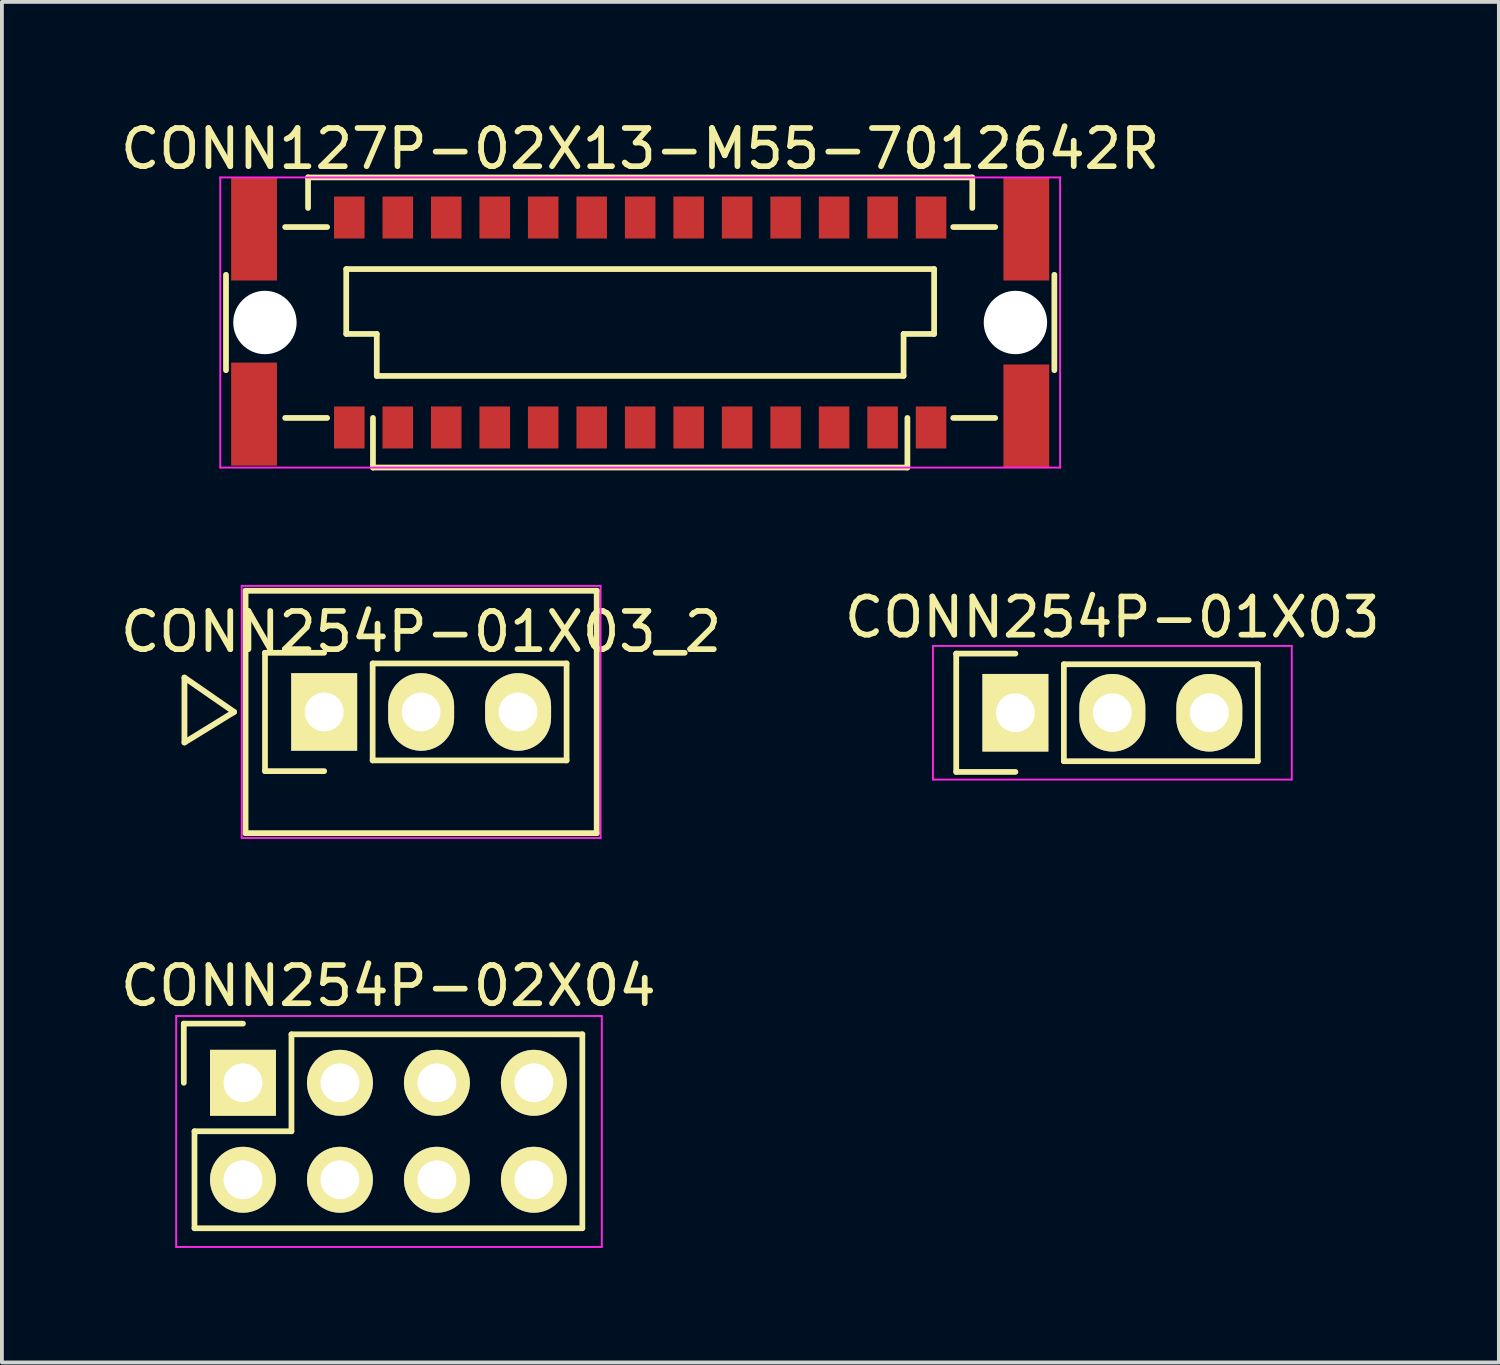
<source format=kicad_pcb>
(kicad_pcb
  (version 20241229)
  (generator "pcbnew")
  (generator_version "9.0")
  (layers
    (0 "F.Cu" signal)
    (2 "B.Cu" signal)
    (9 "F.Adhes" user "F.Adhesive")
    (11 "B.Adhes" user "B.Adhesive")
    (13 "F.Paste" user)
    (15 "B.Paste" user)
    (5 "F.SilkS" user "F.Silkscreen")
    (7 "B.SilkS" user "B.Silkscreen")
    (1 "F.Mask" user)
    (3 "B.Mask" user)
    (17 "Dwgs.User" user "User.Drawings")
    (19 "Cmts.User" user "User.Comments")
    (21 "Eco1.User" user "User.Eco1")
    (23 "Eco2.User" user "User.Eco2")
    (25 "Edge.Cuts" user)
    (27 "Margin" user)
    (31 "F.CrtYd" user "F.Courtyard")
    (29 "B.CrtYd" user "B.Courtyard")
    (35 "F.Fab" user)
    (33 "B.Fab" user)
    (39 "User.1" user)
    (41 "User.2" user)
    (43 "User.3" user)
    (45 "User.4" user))
  (footprint "CONN127P-02X13-M55-7012642R"
    (layer "F.Cu")
    (at 13.72 5.398)
    (property "Reference" "CONN127P-02X13-M55-7012642R" (at 0 -4.55 0) (layer "F.SilkS") (effects (font (size 1 1) (thickness 0.15))))
    (attr smd)
    (fp_line (start -10.85 -1.25) (end -10.85 1.25) (stroke (width 0.15) (type solid)) (layer "F.SilkS"))
    (fp_line (start -9.3 -2.5) (end -8.2 -2.5) (stroke (width 0.15) (type solid)) (layer "F.SilkS"))
    (fp_line (start -9.3 2.5) (end -8.2 2.5) (stroke (width 0.15) (type solid)) (layer "F.SilkS"))
    (fp_line (start -8.7 -3.8) (end 8.7 -3.8) (stroke (width 0.15) (type solid)) (layer "F.SilkS"))
    (fp_line (start -8.7 -3) (end -8.7 -3.8) (stroke (width 0.15) (type solid)) (layer "F.SilkS"))
    (fp_line (start -7.7 -1.4) (end 7.7 -1.4) (stroke (width 0.15) (type solid)) (layer "F.SilkS"))
    (fp_line (start -7.7 0.3) (end -7.7 -1.4) (stroke (width 0.15) (type solid)) (layer "F.SilkS"))
    (fp_line (start -7 2.5) (end -7 3.8) (stroke (width 0.15) (type solid)) (layer "F.SilkS"))
    (fp_line (start -7 3.8) (end 7 3.8) (stroke (width 0.15) (type solid)) (layer "F.SilkS"))
    (fp_line (start -6.9 0.3) (end -7.7 0.3) (stroke (width 0.15) (type solid)) (layer "F.SilkS"))
    (fp_line (start -6.9 1.4) (end -6.9 0.3) (stroke (width 0.15) (type solid)) (layer "F.SilkS"))
    (fp_line (start 6.9 0.3) (end 6.9 1.4) (stroke (width 0.15) (type solid)) (layer "F.SilkS"))
    (fp_line (start 6.9 1.4) (end -6.9 1.4) (stroke (width 0.15) (type solid)) (layer "F.SilkS"))
    (fp_line (start 7 3.8) (end 7 2.5) (stroke (width 0.15) (type solid)) (layer "F.SilkS"))
    (fp_line (start 7.7 -1.4) (end 7.7 0.3) (stroke (width 0.15) (type solid)) (layer "F.SilkS"))
    (fp_line (start 7.7 0.3) (end 6.9 0.3) (stroke (width 0.15) (type solid)) (layer "F.SilkS"))
    (fp_line (start 8.2 -2.5) (end 9.3 -2.5) (stroke (width 0.15) (type solid)) (layer "F.SilkS"))
    (fp_line (start 8.2 2.5) (end 9.3 2.5) (stroke (width 0.15) (type solid)) (layer "F.SilkS"))
    (fp_line (start 8.7 -3.8) (end 8.7 -3) (stroke (width 0.15) (type solid)) (layer "F.SilkS"))
    (fp_line (start 10.85 -1.25) (end 10.85 1.25) (stroke (width 0.15) (type solid)) (layer "F.SilkS"))
    (fp_line (start -11 -3.8) (end 11 -3.8) (stroke (width 0.05) (type solid)) (layer "F.CrtYd"))
    (fp_line (start -11 3.8) (end -11 -3.8) (stroke (width 0.05) (type solid)) (layer "F.CrtYd"))
    (fp_line (start 11 -3.8) (end 11 3.8) (stroke (width 0.05) (type solid)) (layer "F.CrtYd"))
    (fp_line (start 11 3.8) (end -11 3.8) (stroke (width 0.05) (type solid)) (layer "F.CrtYd"))
    (pad "" np_thru_hole circle (at -9.83 0) (size 1.66 1.66) (drill 1.66) (layers "*.Cu" "*.Mask"))
    (pad "" np_thru_hole circle (at 9.83 0) (size 1.66 1.66) (drill 1.66) (layers "*.Cu" "*.Mask"))
    (pad "1" smd rect (at -7.62 -2.75) (size 0.8 1.1) (layers "F.Cu" "F.Mask" "F.Paste"))
    (pad "2" smd rect (at -7.62 2.75) (size 0.8 1.1) (layers "F.Cu" "F.Mask" "F.Paste"))
    (pad "3" smd rect (at -6.35 -2.75) (size 0.8 1.1) (layers "F.Cu" "F.Mask" "F.Paste"))
    (pad "4" smd rect (at -6.35 2.75) (size 0.8 1.1) (layers "F.Cu" "F.Mask" "F.Paste"))
    (pad "5" smd rect (at -5.08 -2.75) (size 0.8 1.1) (layers "F.Cu" "F.Mask" "F.Paste"))
    (pad "6" smd rect (at -5.08 2.75) (size 0.8 1.1) (layers "F.Cu" "F.Mask" "F.Paste"))
    (pad "7" smd rect (at -3.81 -2.75) (size 0.8 1.1) (layers "F.Cu" "F.Mask" "F.Paste"))
    (pad "8" smd rect (at -3.81 2.75) (size 0.8 1.1) (layers "F.Cu" "F.Mask" "F.Paste"))
    (pad "9" smd rect (at -2.54 -2.75) (size 0.8 1.1) (layers "F.Cu" "F.Mask" "F.Paste"))
    (pad "10" smd rect (at -2.54 2.75) (size 0.8 1.1) (layers "F.Cu" "F.Mask" "F.Paste"))
    (pad "11" smd rect (at -1.27 -2.75) (size 0.8 1.1) (layers "F.Cu" "F.Mask" "F.Paste"))
    (pad "12" smd rect (at -1.27 2.75) (size 0.8 1.1) (layers "F.Cu" "F.Mask" "F.Paste"))
    (pad "13" smd rect (at 0 -2.75) (size 0.8 1.1) (layers "F.Cu" "F.Mask" "F.Paste"))
    (pad "14" smd rect (at 0 2.75) (size 0.8 1.1) (layers "F.Cu" "F.Mask" "F.Paste"))
    (pad "15" smd rect (at 1.27 -2.75) (size 0.8 1.1) (layers "F.Cu" "F.Mask" "F.Paste"))
    (pad "16" smd rect (at 1.27 2.75) (size 0.8 1.1) (layers "F.Cu" "F.Mask" "F.Paste"))
    (pad "17" smd rect (at 2.54 -2.75) (size 0.8 1.1) (layers "F.Cu" "F.Mask" "F.Paste"))
    (pad "18" smd rect (at 2.54 2.75) (size 0.8 1.1) (layers "F.Cu" "F.Mask" "F.Paste"))
    (pad "19" smd rect (at 3.81 -2.75) (size 0.8 1.1) (layers "F.Cu" "F.Mask" "F.Paste"))
    (pad "20" smd rect (at 3.81 2.75) (size 0.8 1.1) (layers "F.Cu" "F.Mask" "F.Paste"))
    (pad "21" smd rect (at 5.08 -2.75) (size 0.8 1.1) (layers "F.Cu" "F.Mask" "F.Paste"))
    (pad "22" smd rect (at 5.08 2.75) (size 0.8 1.1) (layers "F.Cu" "F.Mask" "F.Paste"))
    (pad "23" smd rect (at 6.35 -2.75) (size 0.8 1.1) (layers "F.Cu" "F.Mask" "F.Paste"))
    (pad "24" smd rect (at 6.35 2.75) (size 0.8 1.1) (layers "F.Cu" "F.Mask" "F.Paste"))
    (pad "25" smd rect (at 7.62 -2.75) (size 0.8 1.1) (layers "F.Cu" "F.Mask" "F.Paste"))
    (pad "26" smd rect (at 7.62 2.75) (size 0.8 1.1) (layers "F.Cu" "F.Mask" "F.Paste"))
    (pad "TAB" smd rect (at -10.115 -2.45) (size 1.2 2.7) (layers "F.Cu" "F.Mask" "F.Paste"))
    (pad "TAB" smd rect (at -10.115 2.4) (size 1.2 2.7) (layers "F.Cu" "F.Mask" "F.Paste"))
    (pad "TAB" smd rect (at 10.115 -2.45) (size 1.2 2.7) (layers "F.Cu" "F.Mask" "F.Paste"))
    (pad "TAB" smd rect (at 10.115 2.45) (size 1.2 2.7) (layers "F.Cu" "F.Mask" "F.Paste")))
  (footprint "CONN254P-02X04"
    (layer "F.Cu")
    (at 7.125 26.585)
    (property "Reference" "CONN254P-02X04" (at 0 -3.81 0) (layer "F.SilkS") (effects (font (size 1 1) (thickness 0.15))))
    (attr through_hole)
    (fp_line (start -5.36 -2.82) (end -5.36 -1.27) (stroke (width 0.15) (type solid)) (layer "F.SilkS"))
    (fp_line (start -5.08 0) (end -2.54 0) (stroke (width 0.15) (type solid)) (layer "F.SilkS"))
    (fp_line (start -5.08 2.54) (end -5.08 0) (stroke (width 0.15) (type solid)) (layer "F.SilkS"))
    (fp_line (start -3.81 -2.82) (end -5.36 -2.82) (stroke (width 0.15) (type solid)) (layer "F.SilkS"))
    (fp_line (start -2.54 -2.54) (end 5.08 -2.54) (stroke (width 0.15) (type solid)) (layer "F.SilkS"))
    (fp_line (start -2.54 0) (end -2.54 -2.54) (stroke (width 0.15) (type solid)) (layer "F.SilkS"))
    (fp_line (start 5.08 -2.54) (end 5.08 2.54) (stroke (width 0.15) (type solid)) (layer "F.SilkS"))
    (fp_line (start 5.08 2.54) (end -5.08 2.54) (stroke (width 0.15) (type solid)) (layer "F.SilkS"))
    (fp_line (start -5.56 -3.02) (end -5.56 3.03) (stroke (width 0.05) (type solid)) (layer "F.CrtYd"))
    (fp_line (start -5.56 -3.02) (end 5.59 -3.02) (stroke (width 0.05) (type solid)) (layer "F.CrtYd"))
    (fp_line (start -5.56 3.03) (end 5.59 3.03) (stroke (width 0.05) (type solid)) (layer "F.CrtYd"))
    (fp_line (start 5.59 -3.02) (end 5.59 3.03) (stroke (width 0.05) (type solid)) (layer "F.CrtYd"))
    (pad "1" thru_hole rect (at -3.81 -1.27) (size 1.727 1.727) (drill 1.016) (layers "*.Cu" "*.Mask" "F.SilkS"))
    (pad "2" thru_hole oval (at -3.81 1.27) (size 1.727 1.727) (drill 1.016) (layers "*.Cu" "*.Mask" "F.SilkS"))
    (pad "3" thru_hole oval (at -1.27 -1.27) (size 1.727 1.727) (drill 1.016) (layers "*.Cu" "*.Mask" "F.SilkS"))
    (pad "4" thru_hole oval (at -1.27 1.27) (size 1.727 1.727) (drill 1.016) (layers "*.Cu" "*.Mask" "F.SilkS"))
    (pad "5" thru_hole oval (at 1.27 -1.27) (size 1.727 1.727) (drill 1.016) (layers "*.Cu" "*.Mask" "F.SilkS"))
    (pad "6" thru_hole oval (at 1.27 1.27) (size 1.727 1.727) (drill 1.016) (layers "*.Cu" "*.Mask" "F.SilkS"))
    (pad "7" thru_hole oval (at 3.81 -1.27) (size 1.727 1.727) (drill 1.016) (layers "*.Cu" "*.Mask" "F.SilkS"))
    (pad "8" thru_hole oval (at 3.81 1.27) (size 1.727 1.727) (drill 1.016) (layers "*.Cu" "*.Mask" "F.SilkS")))
  (footprint "CONN254P-01X03_2"
    (layer "F.Cu")
    (at 7.982 15.6)
    (property "Reference" "CONN254P-01X03_2" (at 0 -2.1 0) (layer "F.SilkS") (effects (font (size 1 1) (thickness 0.15))))
    (attr through_hole)
    (fp_line (start -6.2 -0.9) (end -4.9 0) (stroke (width 0.152) (type solid)) (layer "F.SilkS"))
    (fp_line (start -6.2 0.8) (end -6.2 -0.9) (stroke (width 0.152) (type solid)) (layer "F.SilkS"))
    (fp_line (start -4.9 0) (end -6.2 0.8) (stroke (width 0.152) (type solid)) (layer "F.SilkS"))
    (fp_line (start -4.6 -3.175) (end -4.6 3.175) (stroke (width 0.152) (type solid)) (layer "F.SilkS"))
    (fp_line (start -4.09 -1.55) (end -4.09 1.55) (stroke (width 0.15) (type solid)) (layer "F.SilkS"))
    (fp_line (start -4.09 1.55) (end -2.54 1.55) (stroke (width 0.15) (type solid)) (layer "F.SilkS"))
    (fp_line (start -2.54 -1.55) (end -4.09 -1.55) (stroke (width 0.15) (type solid)) (layer "F.SilkS"))
    (fp_line (start -1.27 -1.27) (end 3.81 -1.27) (stroke (width 0.15) (type solid)) (layer "F.SilkS"))
    (fp_line (start -1.27 1.27) (end -1.27 -1.27) (stroke (width 0.15) (type solid)) (layer "F.SilkS"))
    (fp_line (start -1.27 1.27) (end 3.81 1.27) (stroke (width 0.15) (type solid)) (layer "F.SilkS"))
    (fp_line (start 3.81 -1.27) (end 3.81 1.27) (stroke (width 0.15) (type solid)) (layer "F.SilkS"))
    (fp_line (start 4.6 -3.175) (end -4.6 -3.175) (stroke (width 0.152) (type solid)) (layer "F.SilkS"))
    (fp_line (start 4.6 -3.175) (end 4.6 3.175) (stroke (width 0.152) (type solid)) (layer "F.SilkS"))
    (fp_line (start 4.6 3.175) (end -4.6 3.175) (stroke (width 0.152) (type solid)) (layer "F.SilkS"))
    (fp_line (start -4.7 -3.302) (end -4.7 3.302) (stroke (width 0.05) (type solid)) (layer "F.CrtYd"))
    (fp_line (start -4.7 -3.302) (end 4.7 -3.302) (stroke (width 0.05) (type solid)) (layer "F.CrtYd"))
    (fp_line (start -4.7 3.302) (end 4.7 3.302) (stroke (width 0.05) (type solid)) (layer "F.CrtYd"))
    (fp_line (start 4.7 -3.302) (end 4.7 3.302) (stroke (width 0.05) (type solid)) (layer "F.CrtYd"))
    (pad "1" thru_hole rect (at -2.54 0) (size 1.727 2.032) (drill 1.016) (layers "*.Cu" "*.Mask" "F.SilkS"))
    (pad "2" thru_hole oval (at 0 0) (size 1.727 2.032) (drill 1.016) (layers "*.Cu" "*.Mask" "F.SilkS"))
    (pad "3" thru_hole oval (at 2.54 0) (size 1.727 2.032) (drill 1.016) (layers "*.Cu" "*.Mask" "F.SilkS")))
  (footprint "CONN254P-01X03"
    (layer "F.Cu")
    (at 26.089 15.621)
    (property "Reference" "CONN254P-01X03" (at 0 -2.5 0) (layer "F.SilkS") (effects (font (size 1 1) (thickness 0.15))))
    (attr through_hole)
    (fp_line (start -4.09 -1.55) (end -4.09 1.55) (stroke (width 0.15) (type solid)) (layer "F.SilkS"))
    (fp_line (start -4.09 1.55) (end -2.54 1.55) (stroke (width 0.15) (type solid)) (layer "F.SilkS"))
    (fp_line (start -2.54 -1.55) (end -4.09 -1.55) (stroke (width 0.15) (type solid)) (layer "F.SilkS"))
    (fp_line (start -1.27 -1.27) (end 3.81 -1.27) (stroke (width 0.15) (type solid)) (layer "F.SilkS"))
    (fp_line (start -1.27 1.27) (end -1.27 -1.27) (stroke (width 0.15) (type solid)) (layer "F.SilkS"))
    (fp_line (start -1.27 1.27) (end 3.81 1.27) (stroke (width 0.15) (type solid)) (layer "F.SilkS"))
    (fp_line (start 3.81 -1.27) (end 3.81 1.27) (stroke (width 0.15) (type solid)) (layer "F.SilkS"))
    (fp_line (start -4.7 -1.75) (end -4.7 1.75) (stroke (width 0.05) (type solid)) (layer "F.CrtYd"))
    (fp_line (start -4.7 -1.75) (end 4.7 -1.75) (stroke (width 0.05) (type solid)) (layer "F.CrtYd"))
    (fp_line (start -4.7 1.75) (end 4.7 1.75) (stroke (width 0.05) (type solid)) (layer "F.CrtYd"))
    (fp_line (start 4.7 -1.75) (end 4.7 1.75) (stroke (width 0.05) (type solid)) (layer "F.CrtYd"))
    (pad "1" thru_hole rect (at -2.54 0) (size 1.727 2.032) (drill 1.016) (layers "*.Cu" "*.Mask" "F.SilkS"))
    (pad "2" thru_hole oval (at 0 0) (size 1.727 2.032) (drill 1.016) (layers "*.Cu" "*.Mask" "F.SilkS"))
    (pad "3" thru_hole oval (at 2.54 0) (size 1.727 2.032) (drill 1.016) (layers "*.Cu" "*.Mask" "F.SilkS")))
  (gr_rect
    (start -3 -3)
    (end 36.214 32.641)
    (stroke (width 0.1) (type default))
    (fill no)
    (layer "Edge.Cuts")))
</source>
